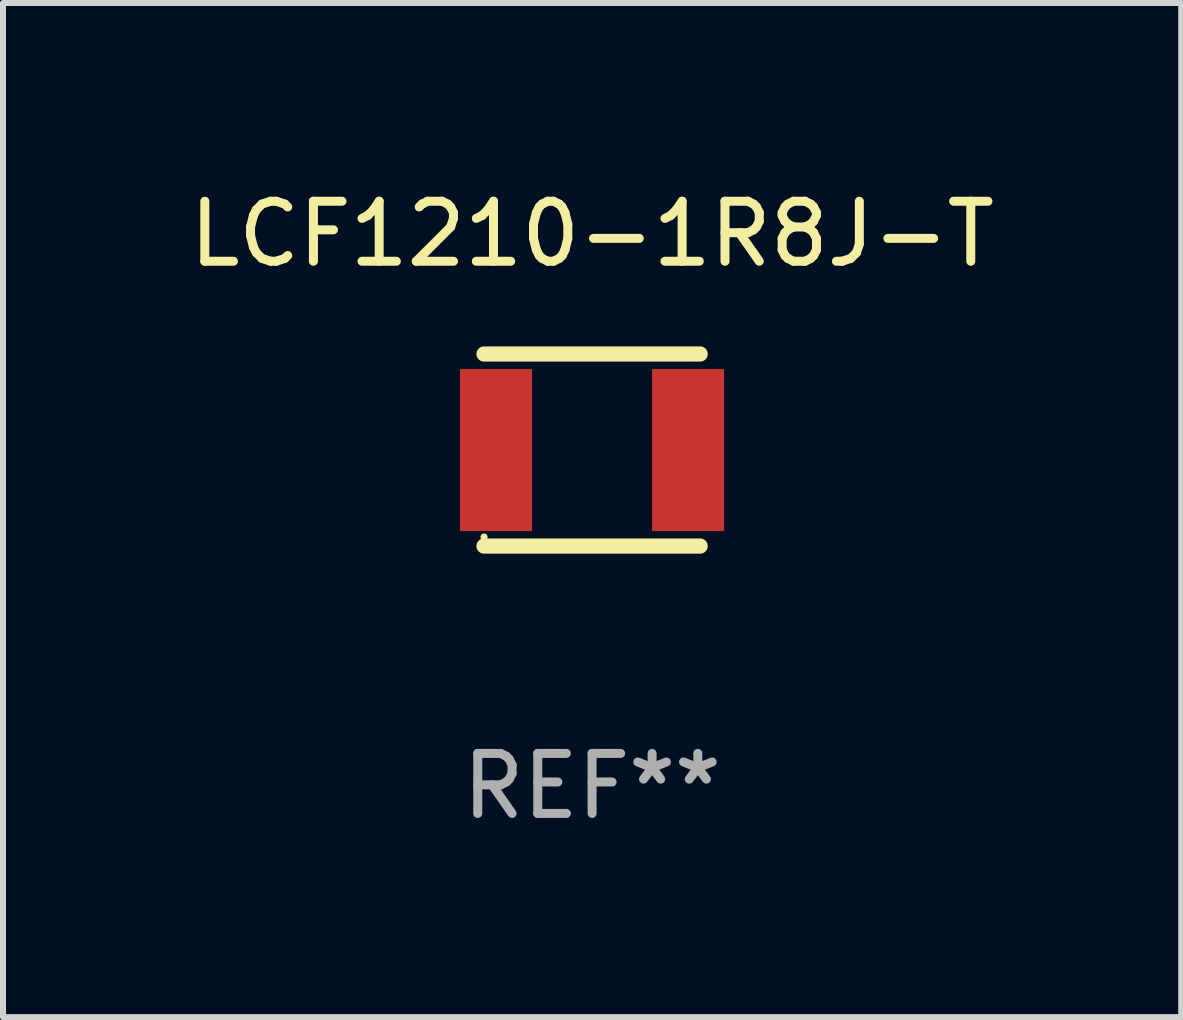
<source format=kicad_pcb>
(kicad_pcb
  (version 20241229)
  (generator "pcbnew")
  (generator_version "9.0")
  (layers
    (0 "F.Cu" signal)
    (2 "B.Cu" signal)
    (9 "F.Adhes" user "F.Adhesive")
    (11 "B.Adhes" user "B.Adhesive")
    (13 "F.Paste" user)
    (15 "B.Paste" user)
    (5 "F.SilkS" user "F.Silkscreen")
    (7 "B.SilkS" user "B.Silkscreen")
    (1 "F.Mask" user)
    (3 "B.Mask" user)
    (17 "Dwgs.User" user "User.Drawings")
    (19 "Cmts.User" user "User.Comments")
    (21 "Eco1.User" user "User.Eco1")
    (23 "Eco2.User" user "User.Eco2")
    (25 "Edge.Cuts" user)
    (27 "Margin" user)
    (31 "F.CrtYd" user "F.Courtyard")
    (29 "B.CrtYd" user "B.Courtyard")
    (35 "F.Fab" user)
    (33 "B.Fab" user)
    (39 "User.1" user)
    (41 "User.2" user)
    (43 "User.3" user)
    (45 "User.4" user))
  (footprint "LCF1210-1R8J-T"
    (layer "F.Cu")
    (at 6.815 4.448)
    (property "Reference" "LCF1210-1R8J-T" (at 0 -3.6 0) (layer "F.SilkS") (effects (font (size 1 1) (thickness 0.15))))
    (attr through_hole)
    (fp_line (start -1.8 -1.6) (end 1.8 -1.6) (stroke (width 0.254) (type solid)) (layer "F.SilkS"))
    (fp_line (start -1.8 1.6) (end 1.8 1.6) (stroke (width 0.254) (type solid)) (layer "F.SilkS"))
    (fp_circle (center -1.8 1.45) (end -1.77 1.45) (stroke (width 0.06) (type solid)) (fill no) (layer "F.SilkS"))
    (fp_text user "REF**" (at 0 5.6 0) (layer "F.Fab") (effects (font (size 1 1) (thickness 0.15))))
    (pad "1" smd rect (at -1.6 0 90) (size 2.7 1.2) (layers "F.Cu" "F.Mask" "F.Paste"))
    (pad "2" smd rect (at 1.6 0 90) (size 2.7 1.2) (layers "F.Cu" "F.Mask" "F.Paste")))
  (gr_rect
    (start -3 -3)
    (end 16.631 13.897)
    (stroke (width 0.1) (type default))
    (fill no)
    (layer "Edge.Cuts")))
</source>
